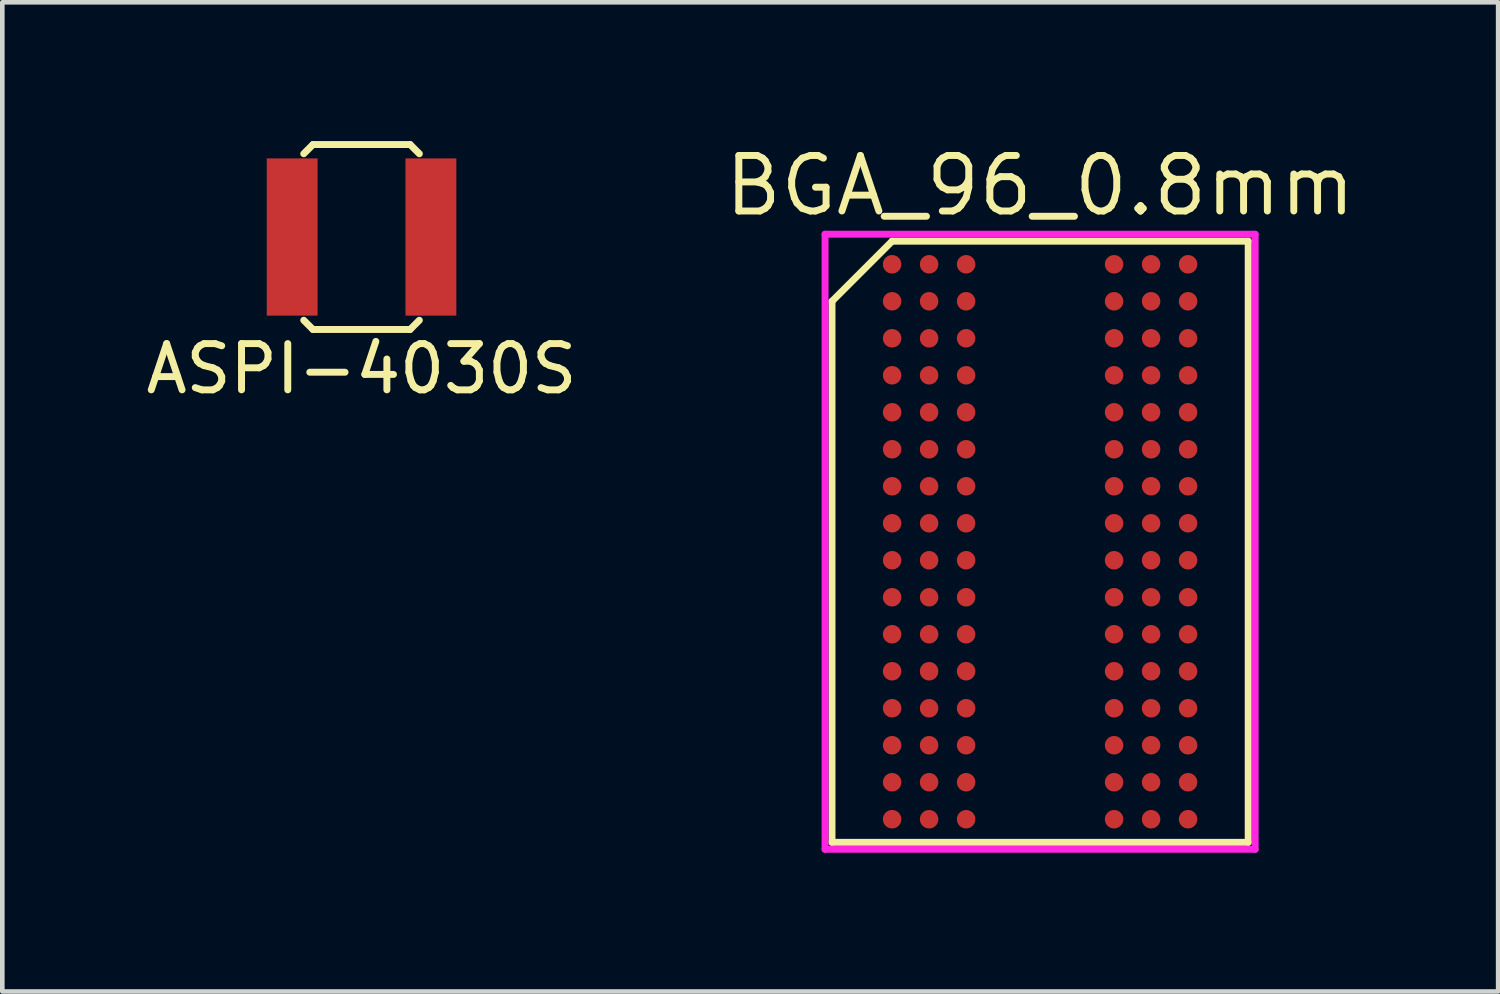
<source format=kicad_pcb>
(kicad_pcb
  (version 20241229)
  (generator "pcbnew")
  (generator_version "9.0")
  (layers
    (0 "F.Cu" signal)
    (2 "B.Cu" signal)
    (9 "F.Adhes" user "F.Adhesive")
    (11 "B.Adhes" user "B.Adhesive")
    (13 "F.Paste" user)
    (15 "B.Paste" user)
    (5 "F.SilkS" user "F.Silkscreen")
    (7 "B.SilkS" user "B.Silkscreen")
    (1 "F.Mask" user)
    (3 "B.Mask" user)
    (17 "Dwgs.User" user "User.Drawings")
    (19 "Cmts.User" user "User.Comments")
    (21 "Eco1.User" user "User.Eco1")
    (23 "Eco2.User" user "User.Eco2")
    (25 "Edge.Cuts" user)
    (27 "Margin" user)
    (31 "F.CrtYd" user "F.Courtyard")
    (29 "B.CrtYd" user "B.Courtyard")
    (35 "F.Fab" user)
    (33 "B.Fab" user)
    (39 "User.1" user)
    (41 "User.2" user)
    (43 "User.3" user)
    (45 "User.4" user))
  (footprint "ASPI-4030S"
    (layer "F.Cu")
    (at 4.768 2.075)
    (property "Reference" "ASPI-4030S" (at 0 2.85 0) (layer "F.SilkS") (effects (font (size 1 1) (thickness 0.15))))
    (attr through_hole)
    (fp_line (start -1.05 -2) (end -1.25 -1.8) (stroke (width 0.15) (type solid)) (layer "F.SilkS"))
    (fp_line (start -1.05 2) (end -1.25 1.8) (stroke (width 0.15) (type solid)) (layer "F.SilkS"))
    (fp_line (start -1.05 2) (end 1.05 2) (stroke (width 0.15) (type solid)) (layer "F.SilkS"))
    (fp_line (start 1.05 -2) (end -1.05 -2) (stroke (width 0.15) (type solid)) (layer "F.SilkS"))
    (fp_line (start 1.05 -2) (end 1.25 -1.8) (stroke (width 0.15) (type solid)) (layer "F.SilkS"))
    (fp_line (start 1.05 2) (end 1.25 1.8) (stroke (width 0.15) (type solid)) (layer "F.SilkS"))
    (pad "1" smd rect (at -1.5 0) (size 1.1 3.4) (layers "F.Cu" "F.Mask" "F.Paste"))
    (pad "2" smd rect (at 1.5 0) (size 1.1 3.4) (layers "F.Cu" "F.Mask" "F.Paste")))
  (footprint "BGA_96_0.8mm"
    (layer "F.Cu")
    (at 19.441 8.665)
    (property "Reference" "BGA_96_0.8mm" (at 0 -7.7 0) (layer "F.SilkS") (effects (font (size 1.2 1.2) (thickness 0.15))))
    (attr through_hole)
    (fp_line (start -4.5 -5.2) (end -4.5 6.5) (stroke (width 0.15) (type solid)) (layer "F.SilkS"))
    (fp_line (start -4.5 6.5) (end 4.5 6.5) (stroke (width 0.15) (type solid)) (layer "F.SilkS"))
    (fp_line (start -3.2 -6.5) (end -4.5 -5.2) (stroke (width 0.15) (type solid)) (layer "F.SilkS"))
    (fp_line (start 4.5 -6.5) (end -3.2 -6.5) (stroke (width 0.15) (type solid)) (layer "F.SilkS"))
    (fp_line (start 4.5 6.5) (end 4.5 -6.5) (stroke (width 0.15) (type solid)) (layer "F.SilkS"))
    (fp_line (start -4.65 -6.65) (end 4.65 -6.65) (stroke (width 0.15) (type solid)) (layer "F.CrtYd"))
    (fp_line (start -4.65 6.65) (end -4.65 -6.65) (stroke (width 0.15) (type solid)) (layer "F.CrtYd"))
    (fp_line (start 4.65 -6.65) (end 4.65 6.65) (stroke (width 0.15) (type solid)) (layer "F.CrtYd"))
    (fp_line (start 4.65 6.65) (end -4.65 6.65) (stroke (width 0.15) (type solid)) (layer "F.CrtYd"))
    (pad "A1" smd circle (at -3.2 -6) (size 0.4 0.4) (layers "F.Cu" "F.Mask" "F.Paste"))
    (pad "A2" smd circle (at -2.4 -6) (size 0.4 0.4) (layers "F.Cu" "F.Mask" "F.Paste"))
    (pad "A3" smd circle (at -1.6 -6) (size 0.4 0.4) (layers "F.Cu" "F.Mask" "F.Paste"))
    (pad "A7" smd circle (at 1.6 -6) (size 0.4 0.4) (layers "F.Cu" "F.Mask" "F.Paste"))
    (pad "A8" smd circle (at 2.4 -6) (size 0.4 0.4) (layers "F.Cu" "F.Mask" "F.Paste"))
    (pad "A9" smd circle (at 3.2 -6) (size 0.4 0.4) (layers "F.Cu" "F.Mask" "F.Paste"))
    (pad "B1" smd circle (at -3.2 -5.2) (size 0.4 0.4) (layers "F.Cu" "F.Mask" "F.Paste"))
    (pad "B2" smd circle (at -2.4 -5.2) (size 0.4 0.4) (layers "F.Cu" "F.Mask" "F.Paste"))
    (pad "B3" smd circle (at -1.6 -5.2) (size 0.4 0.4) (layers "F.Cu" "F.Mask" "F.Paste"))
    (pad "B7" smd circle (at 1.6 -5.2) (size 0.4 0.4) (layers "F.Cu" "F.Mask" "F.Paste"))
    (pad "B8" smd circle (at 2.4 -5.2) (size 0.4 0.4) (layers "F.Cu" "F.Mask" "F.Paste"))
    (pad "B9" smd circle (at 3.2 -5.2) (size 0.4 0.4) (layers "F.Cu" "F.Mask" "F.Paste"))
    (pad "C1" smd circle (at -3.2 -4.4) (size 0.4 0.4) (layers "F.Cu" "F.Mask" "F.Paste"))
    (pad "C2" smd circle (at -2.4 -4.4) (size 0.4 0.4) (layers "F.Cu" "F.Mask" "F.Paste"))
    (pad "C3" smd circle (at -1.6 -4.4) (size 0.4 0.4) (layers "F.Cu" "F.Mask" "F.Paste"))
    (pad "C7" smd circle (at 1.6 -4.4) (size 0.4 0.4) (layers "F.Cu" "F.Mask" "F.Paste"))
    (pad "C8" smd circle (at 2.4 -4.4) (size 0.4 0.4) (layers "F.Cu" "F.Mask" "F.Paste"))
    (pad "C9" smd circle (at 3.2 -4.4) (size 0.4 0.4) (layers "F.Cu" "F.Mask" "F.Paste"))
    (pad "D1" smd circle (at -3.2 -3.6) (size 0.4 0.4) (layers "F.Cu" "F.Mask" "F.Paste"))
    (pad "D2" smd circle (at -2.4 -3.6) (size 0.4 0.4) (layers "F.Cu" "F.Mask" "F.Paste"))
    (pad "D3" smd circle (at -1.6 -3.6) (size 0.4 0.4) (layers "F.Cu" "F.Mask" "F.Paste"))
    (pad "D7" smd circle (at 1.6 -3.6) (size 0.4 0.4) (layers "F.Cu" "F.Mask" "F.Paste"))
    (pad "D8" smd circle (at 2.4 -3.6) (size 0.4 0.4) (layers "F.Cu" "F.Mask" "F.Paste"))
    (pad "D9" smd circle (at 3.2 -3.6) (size 0.4 0.4) (layers "F.Cu" "F.Mask" "F.Paste"))
    (pad "E1" smd circle (at -3.2 -2.8) (size 0.4 0.4) (layers "F.Cu" "F.Mask" "F.Paste"))
    (pad "E2" smd circle (at -2.4 -2.8) (size 0.4 0.4) (layers "F.Cu" "F.Mask" "F.Paste"))
    (pad "E3" smd circle (at -1.6 -2.8) (size 0.4 0.4) (layers "F.Cu" "F.Mask" "F.Paste"))
    (pad "E7" smd circle (at 1.6 -2.8) (size 0.4 0.4) (layers "F.Cu" "F.Mask" "F.Paste"))
    (pad "E8" smd circle (at 2.4 -2.8) (size 0.4 0.4) (layers "F.Cu" "F.Mask" "F.Paste"))
    (pad "E9" smd circle (at 3.2 -2.8) (size 0.4 0.4) (layers "F.Cu" "F.Mask" "F.Paste"))
    (pad "F1" smd circle (at -3.2 -2) (size 0.4 0.4) (layers "F.Cu" "F.Mask" "F.Paste"))
    (pad "F2" smd circle (at -2.4 -2) (size 0.4 0.4) (layers "F.Cu" "F.Mask" "F.Paste"))
    (pad "F3" smd circle (at -1.6 -2) (size 0.4 0.4) (layers "F.Cu" "F.Mask" "F.Paste"))
    (pad "F7" smd circle (at 1.6 -2) (size 0.4 0.4) (layers "F.Cu" "F.Mask" "F.Paste"))
    (pad "F8" smd circle (at 2.4 -2) (size 0.4 0.4) (layers "F.Cu" "F.Mask" "F.Paste"))
    (pad "F9" smd circle (at 3.2 -2) (size 0.4 0.4) (layers "F.Cu" "F.Mask" "F.Paste"))
    (pad "G1" smd circle (at -3.2 -1.2) (size 0.4 0.4) (layers "F.Cu" "F.Mask" "F.Paste"))
    (pad "G2" smd circle (at -2.4 -1.2) (size 0.4 0.4) (layers "F.Cu" "F.Mask" "F.Paste"))
    (pad "G3" smd circle (at -1.6 -1.2) (size 0.4 0.4) (layers "F.Cu" "F.Mask" "F.Paste"))
    (pad "G7" smd circle (at 1.6 -1.2) (size 0.4 0.4) (layers "F.Cu" "F.Mask" "F.Paste"))
    (pad "G8" smd circle (at 2.4 -1.2) (size 0.4 0.4) (layers "F.Cu" "F.Mask" "F.Paste"))
    (pad "G9" smd circle (at 3.2 -1.2) (size 0.4 0.4) (layers "F.Cu" "F.Mask" "F.Paste"))
    (pad "H1" smd circle (at -3.2 -0.4) (size 0.4 0.4) (layers "F.Cu" "F.Mask" "F.Paste"))
    (pad "H2" smd circle (at -2.4 -0.4) (size 0.4 0.4) (layers "F.Cu" "F.Mask" "F.Paste"))
    (pad "H3" smd circle (at -1.6 -0.4) (size 0.4 0.4) (layers "F.Cu" "F.Mask" "F.Paste"))
    (pad "H7" smd circle (at 1.6 -0.4) (size 0.4 0.4) (layers "F.Cu" "F.Mask" "F.Paste"))
    (pad "H8" smd circle (at 2.4 -0.4) (size 0.4 0.4) (layers "F.Cu" "F.Mask" "F.Paste"))
    (pad "H9" smd circle (at 3.2 -0.4) (size 0.4 0.4) (layers "F.Cu" "F.Mask" "F.Paste"))
    (pad "J1" smd circle (at -3.2 0.4) (size 0.4 0.4) (layers "F.Cu" "F.Mask" "F.Paste"))
    (pad "J2" smd circle (at -2.4 0.4) (size 0.4 0.4) (layers "F.Cu" "F.Mask" "F.Paste"))
    (pad "J3" smd circle (at -1.6 0.4) (size 0.4 0.4) (layers "F.Cu" "F.Mask" "F.Paste"))
    (pad "J7" smd circle (at 1.6 0.4) (size 0.4 0.4) (layers "F.Cu" "F.Mask" "F.Paste"))
    (pad "J8" smd circle (at 2.4 0.4) (size 0.4 0.4) (layers "F.Cu" "F.Mask" "F.Paste"))
    (pad "J9" smd circle (at 3.2 0.4) (size 0.4 0.4) (layers "F.Cu" "F.Mask" "F.Paste"))
    (pad "K1" smd circle (at -3.2 1.2) (size 0.4 0.4) (layers "F.Cu" "F.Mask" "F.Paste"))
    (pad "K2" smd circle (at -2.4 1.2) (size 0.4 0.4) (layers "F.Cu" "F.Mask" "F.Paste"))
    (pad "K3" smd circle (at -1.6 1.2) (size 0.4 0.4) (layers "F.Cu" "F.Mask" "F.Paste"))
    (pad "K7" smd circle (at 1.6 1.2) (size 0.4 0.4) (layers "F.Cu" "F.Mask" "F.Paste"))
    (pad "K8" smd circle (at 2.4 1.2) (size 0.4 0.4) (layers "F.Cu" "F.Mask" "F.Paste"))
    (pad "K9" smd circle (at 3.2 1.2) (size 0.4 0.4) (layers "F.Cu" "F.Mask" "F.Paste"))
    (pad "L1" smd circle (at -3.2 2) (size 0.4 0.4) (layers "F.Cu" "F.Mask" "F.Paste"))
    (pad "L2" smd circle (at -2.4 2) (size 0.4 0.4) (layers "F.Cu" "F.Mask" "F.Paste"))
    (pad "L3" smd circle (at -1.6 2) (size 0.4 0.4) (layers "F.Cu" "F.Mask" "F.Paste"))
    (pad "L7" smd circle (at 1.6 2) (size 0.4 0.4) (layers "F.Cu" "F.Mask" "F.Paste"))
    (pad "L8" smd circle (at 2.4 2) (size 0.4 0.4) (layers "F.Cu" "F.Mask" "F.Paste"))
    (pad "L9" smd circle (at 3.2 2) (size 0.4 0.4) (layers "F.Cu" "F.Mask" "F.Paste"))
    (pad "M1" smd circle (at -3.2 2.8) (size 0.4 0.4) (layers "F.Cu" "F.Mask" "F.Paste"))
    (pad "M2" smd circle (at -2.4 2.8) (size 0.4 0.4) (layers "F.Cu" "F.Mask" "F.Paste"))
    (pad "M3" smd circle (at -1.6 2.8) (size 0.4 0.4) (layers "F.Cu" "F.Mask" "F.Paste"))
    (pad "M7" smd circle (at 1.6 2.8) (size 0.4 0.4) (layers "F.Cu" "F.Mask" "F.Paste"))
    (pad "M8" smd circle (at 2.4 2.8) (size 0.4 0.4) (layers "F.Cu" "F.Mask" "F.Paste"))
    (pad "M9" smd circle (at 3.2 2.8) (size 0.4 0.4) (layers "F.Cu" "F.Mask" "F.Paste"))
    (pad "N1" smd circle (at -3.2 3.6) (size 0.4 0.4) (layers "F.Cu" "F.Mask" "F.Paste"))
    (pad "N2" smd circle (at -2.4 3.6) (size 0.4 0.4) (layers "F.Cu" "F.Mask" "F.Paste"))
    (pad "N3" smd circle (at -1.6 3.6) (size 0.4 0.4) (layers "F.Cu" "F.Mask" "F.Paste"))
    (pad "N7" smd circle (at 1.6 3.6) (size 0.4 0.4) (layers "F.Cu" "F.Mask" "F.Paste"))
    (pad "N8" smd circle (at 2.4 3.6) (size 0.4 0.4) (layers "F.Cu" "F.Mask" "F.Paste"))
    (pad "N9" smd circle (at 3.2 3.6) (size 0.4 0.4) (layers "F.Cu" "F.Mask" "F.Paste"))
    (pad "P1" smd circle (at -3.2 4.4) (size 0.4 0.4) (layers "F.Cu" "F.Mask" "F.Paste"))
    (pad "P2" smd circle (at -2.4 4.4) (size 0.4 0.4) (layers "F.Cu" "F.Mask" "F.Paste"))
    (pad "P3" smd circle (at -1.6 4.4) (size 0.4 0.4) (layers "F.Cu" "F.Mask" "F.Paste"))
    (pad "P7" smd circle (at 1.6 4.4) (size 0.4 0.4) (layers "F.Cu" "F.Mask" "F.Paste"))
    (pad "P8" smd circle (at 2.4 4.4) (size 0.4 0.4) (layers "F.Cu" "F.Mask" "F.Paste"))
    (pad "P9" smd circle (at 3.2 4.4) (size 0.4 0.4) (layers "F.Cu" "F.Mask" "F.Paste"))
    (pad "R1" smd circle (at -3.2 5.2) (size 0.4 0.4) (layers "F.Cu" "F.Mask" "F.Paste"))
    (pad "R2" smd circle (at -2.4 5.2) (size 0.4 0.4) (layers "F.Cu" "F.Mask" "F.Paste"))
    (pad "R3" smd circle (at -1.6 5.2) (size 0.4 0.4) (layers "F.Cu" "F.Mask" "F.Paste"))
    (pad "R7" smd circle (at 1.6 5.2) (size 0.4 0.4) (layers "F.Cu" "F.Mask" "F.Paste"))
    (pad "R8" smd circle (at 2.4 5.2) (size 0.4 0.4) (layers "F.Cu" "F.Mask" "F.Paste"))
    (pad "R9" smd circle (at 3.2 5.2) (size 0.4 0.4) (layers "F.Cu" "F.Mask" "F.Paste"))
    (pad "T1" smd circle (at -3.2 6) (size 0.4 0.4) (layers "F.Cu" "F.Mask" "F.Paste"))
    (pad "T2" smd circle (at -2.4 6) (size 0.4 0.4) (layers "F.Cu" "F.Mask" "F.Paste"))
    (pad "T3" smd circle (at -1.6 6) (size 0.4 0.4) (layers "F.Cu" "F.Mask" "F.Paste"))
    (pad "T7" smd circle (at 1.6 6) (size 0.4 0.4) (layers "F.Cu" "F.Mask" "F.Paste"))
    (pad "T8" smd circle (at 2.4 6) (size 0.4 0.4) (layers "F.Cu" "F.Mask" "F.Paste"))
    (pad "T9" smd circle (at 3.2 6) (size 0.4 0.4) (layers "F.Cu" "F.Mask" "F.Paste")))
  (gr_rect
    (start -3 -3)
    (end 29.346 18.39)
    (stroke (width 0.1) (type default))
    (fill no)
    (layer "Edge.Cuts")))
</source>
